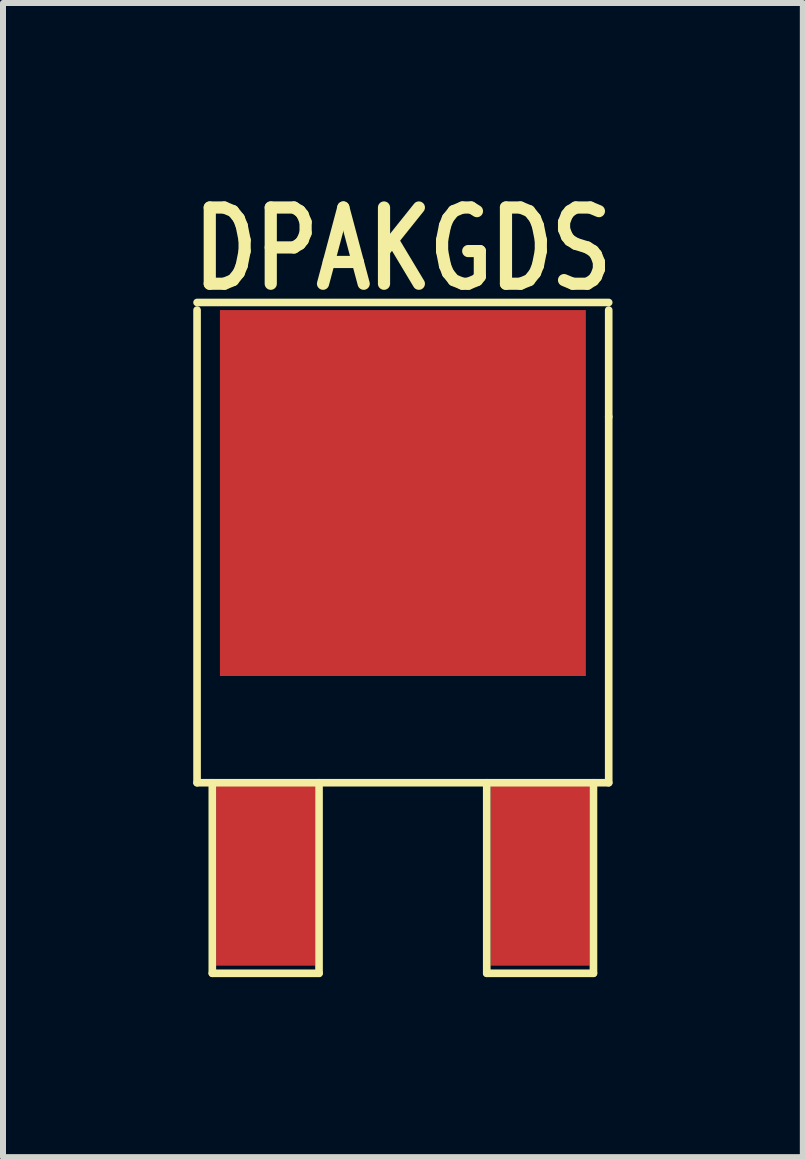
<source format=kicad_pcb>
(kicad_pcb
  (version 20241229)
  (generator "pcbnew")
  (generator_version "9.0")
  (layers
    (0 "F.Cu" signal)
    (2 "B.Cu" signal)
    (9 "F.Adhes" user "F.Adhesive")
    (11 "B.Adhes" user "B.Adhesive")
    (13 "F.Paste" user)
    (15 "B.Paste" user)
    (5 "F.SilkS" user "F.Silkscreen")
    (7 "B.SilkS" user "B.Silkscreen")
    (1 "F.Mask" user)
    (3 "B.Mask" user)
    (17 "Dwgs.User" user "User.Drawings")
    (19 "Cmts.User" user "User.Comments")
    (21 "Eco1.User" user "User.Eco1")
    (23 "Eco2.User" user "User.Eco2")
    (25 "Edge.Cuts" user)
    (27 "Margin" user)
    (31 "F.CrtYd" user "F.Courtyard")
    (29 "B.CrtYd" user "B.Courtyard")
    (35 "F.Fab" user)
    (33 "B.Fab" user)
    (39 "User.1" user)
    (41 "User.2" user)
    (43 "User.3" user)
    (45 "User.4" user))
  (footprint "DPAKGDS"
    (layer "F.Cu")
    (at 3.662 11.514)
    (property "Reference" "DPAKGDS" (at 0 -10.414 0) (layer "F.SilkS") (effects (font (size 1.27 1.016) (thickness 0.203))))
    (attr smd)
    (fp_line (start -3.429 -9.525) (end 3.429 -9.525) (stroke (width 0.127) (type solid)) (layer "F.SilkS"))
    (fp_line (start -3.429 -1.524) (end -3.429 -9.398) (stroke (width 0.127) (type solid)) (layer "F.SilkS"))
    (fp_line (start -3.175 -1.524) (end -3.175 1.651) (stroke (width 0.127) (type solid)) (layer "F.SilkS"))
    (fp_line (start -3.175 1.651) (end -1.397 1.651) (stroke (width 0.127) (type solid)) (layer "F.SilkS"))
    (fp_line (start -1.397 1.651) (end -1.397 -1.524) (stroke (width 0.127) (type solid)) (layer "F.SilkS"))
    (fp_line (start 1.397 -1.524) (end 1.397 1.651) (stroke (width 0.127) (type solid)) (layer "F.SilkS"))
    (fp_line (start 1.397 1.651) (end 3.175 1.651) (stroke (width 0.127) (type solid)) (layer "F.SilkS"))
    (fp_line (start 3.175 1.651) (end 3.175 -1.524) (stroke (width 0.127) (type solid)) (layer "F.SilkS"))
    (fp_line (start 3.429 -9.398) (end 3.429 -7.62) (stroke (width 0.127) (type solid)) (layer "F.SilkS"))
    (fp_line (start 3.429 -7.62) (end 3.429 -1.524) (stroke (width 0.127) (type solid)) (layer "F.SilkS"))
    (fp_line (start 3.429 -1.524) (end -3.429 -1.524) (stroke (width 0.127) (type solid)) (layer "F.SilkS"))
    (pad "D" smd rect (at 0 -6.35) (size 6.096 6.096) (layers "F.Cu" "F.Mask" "F.Paste"))
    (pad "G" smd rect (at -2.286 0) (size 1.651 3.048) (layers "F.Cu" "F.Mask" "F.Paste"))
    (pad "S" smd rect (at 2.286 0) (size 1.651 3.048) (layers "F.Cu" "F.Mask" "F.Paste")))
  (gr_rect
    (start -3 -3)
    (end 10.325 16.228)
    (stroke (width 0.1) (type default))
    (fill no)
    (layer "Edge.Cuts")))
</source>
